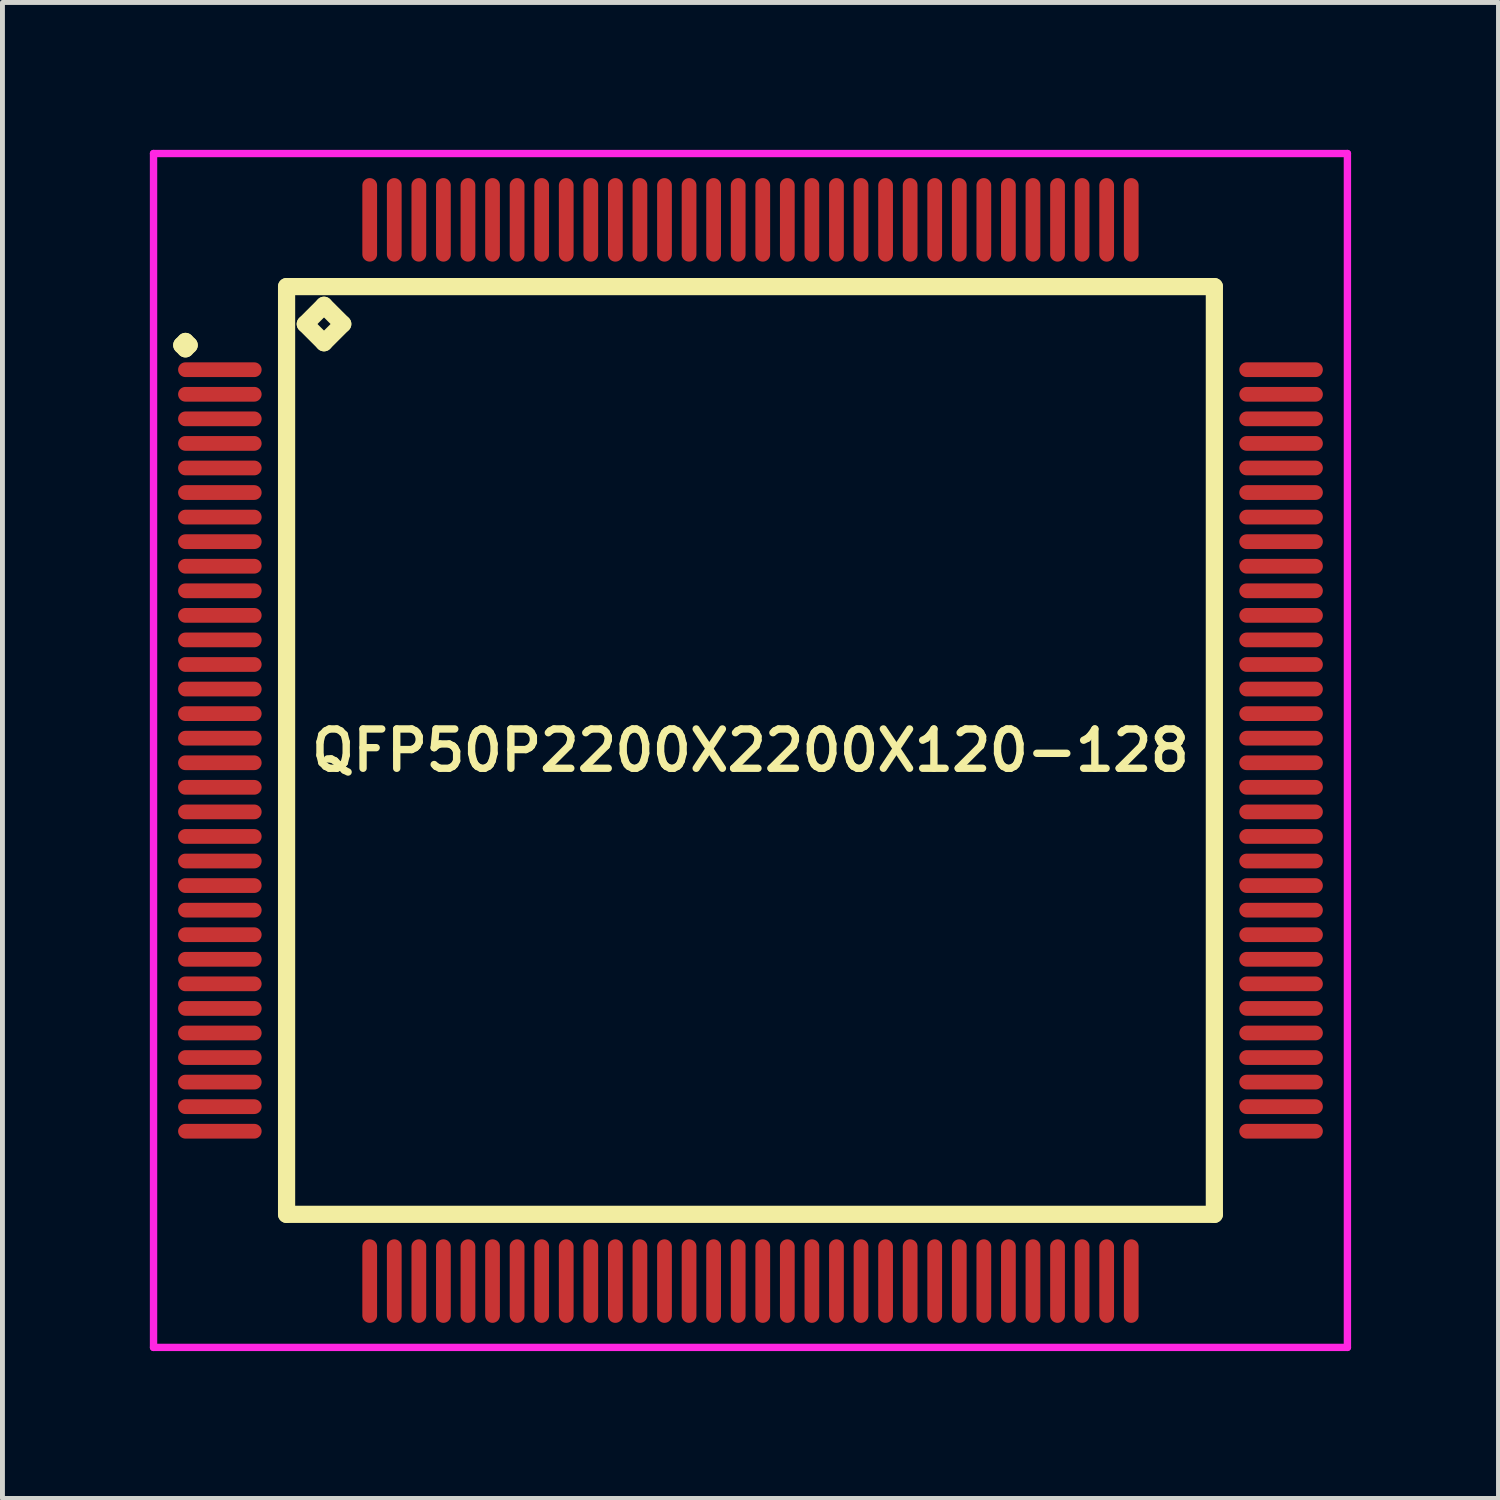
<source format=kicad_pcb>
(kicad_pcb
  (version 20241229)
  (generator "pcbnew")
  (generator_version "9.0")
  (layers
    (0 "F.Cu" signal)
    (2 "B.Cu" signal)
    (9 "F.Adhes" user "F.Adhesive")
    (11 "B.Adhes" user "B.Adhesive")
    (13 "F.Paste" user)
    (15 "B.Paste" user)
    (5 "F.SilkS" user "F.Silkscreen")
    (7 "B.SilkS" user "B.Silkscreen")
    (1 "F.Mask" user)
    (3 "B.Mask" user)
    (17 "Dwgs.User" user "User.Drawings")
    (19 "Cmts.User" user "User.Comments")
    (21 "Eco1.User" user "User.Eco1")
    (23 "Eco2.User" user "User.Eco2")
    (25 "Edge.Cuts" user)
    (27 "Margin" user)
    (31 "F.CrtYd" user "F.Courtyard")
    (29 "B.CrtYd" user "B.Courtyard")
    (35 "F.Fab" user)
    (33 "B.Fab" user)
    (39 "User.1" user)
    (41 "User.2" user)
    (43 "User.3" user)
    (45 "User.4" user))
  (footprint "QFP50P2200X2200X120-128"
    (layer "F.Cu")
    (at 12.225 12.225)
    (property "Reference" "QFP50P2200X2200X120-128" (at 0 0 0) (layer "F.SilkS") (effects (font (size 0.8 0.8) (thickness 0.15))))
    (attr smd)
    (fp_line (start -11.575 -8.25) (end -11.5 -8.325) (stroke (width 0.35) (type solid)) (layer "F.SilkS"))
    (fp_line (start -11.5 -8.325) (end -11.425 -8.25) (stroke (width 0.35) (type solid)) (layer "F.SilkS"))
    (fp_line (start -11.5 -8.175) (end -11.575 -8.25) (stroke (width 0.35) (type solid)) (layer "F.SilkS"))
    (fp_line (start -11.425 -8.25) (end -11.5 -8.175) (stroke (width 0.35) (type solid)) (layer "F.SilkS"))
    (fp_line (start -9.442 -9.442) (end -9.442 9.442) (stroke (width 0.35) (type solid)) (layer "F.SilkS"))
    (fp_line (start -9.442 9.442) (end 9.442 9.442) (stroke (width 0.35) (type solid)) (layer "F.SilkS"))
    (fp_line (start -9.061 -8.68) (end -8.68 -9.061) (stroke (width 0.35) (type solid)) (layer "F.SilkS"))
    (fp_line (start -8.68 -9.061) (end -8.299 -8.68) (stroke (width 0.35) (type solid)) (layer "F.SilkS"))
    (fp_line (start -8.68 -8.299) (end -9.061 -8.68) (stroke (width 0.35) (type solid)) (layer "F.SilkS"))
    (fp_line (start -8.299 -8.68) (end -8.68 -8.299) (stroke (width 0.35) (type solid)) (layer "F.SilkS"))
    (fp_line (start 9.442 -9.442) (end -9.442 -9.442) (stroke (width 0.35) (type solid)) (layer "F.SilkS"))
    (fp_line (start 9.442 9.442) (end 9.442 -9.442) (stroke (width 0.35) (type solid)) (layer "F.SilkS"))
    (fp_line (start -12.15 -12.15) (end 12.15 -12.15) (stroke (width 0.15) (type solid)) (layer "F.CrtYd"))
    (fp_line (start -12.15 12.15) (end -12.15 -12.15) (stroke (width 0.15) (type solid)) (layer "F.CrtYd"))
    (fp_line (start 12.15 -12.15) (end 12.15 12.15) (stroke (width 0.15) (type solid)) (layer "F.CrtYd"))
    (fp_line (start 12.15 12.15) (end -12.15 12.15) (stroke (width 0.15) (type solid)) (layer "F.CrtYd"))
    (pad "1" smd oval (at -10.8 -7.75) (size 1.7 0.3) (layers "F.Cu" "F.Mask" "F.Paste"))
    (pad "2" smd oval (at -10.8 -7.25) (size 1.7 0.3) (layers "F.Cu" "F.Mask" "F.Paste"))
    (pad "3" smd oval (at -10.8 -6.75) (size 1.7 0.3) (layers "F.Cu" "F.Mask" "F.Paste"))
    (pad "4" smd oval (at -10.8 -6.25) (size 1.7 0.3) (layers "F.Cu" "F.Mask" "F.Paste"))
    (pad "5" smd oval (at -10.8 -5.75) (size 1.7 0.3) (layers "F.Cu" "F.Mask" "F.Paste"))
    (pad "6" smd oval (at -10.8 -5.25) (size 1.7 0.3) (layers "F.Cu" "F.Mask" "F.Paste"))
    (pad "7" smd oval (at -10.8 -4.75) (size 1.7 0.3) (layers "F.Cu" "F.Mask" "F.Paste"))
    (pad "8" smd oval (at -10.8 -4.25) (size 1.7 0.3) (layers "F.Cu" "F.Mask" "F.Paste"))
    (pad "9" smd oval (at -10.8 -3.75) (size 1.7 0.3) (layers "F.Cu" "F.Mask" "F.Paste"))
    (pad "10" smd oval (at -10.8 -3.25) (size 1.7 0.3) (layers "F.Cu" "F.Mask" "F.Paste"))
    (pad "11" smd oval (at -10.8 -2.75) (size 1.7 0.3) (layers "F.Cu" "F.Mask" "F.Paste"))
    (pad "12" smd oval (at -10.8 -2.25) (size 1.7 0.3) (layers "F.Cu" "F.Mask" "F.Paste"))
    (pad "13" smd oval (at -10.8 -1.75) (size 1.7 0.3) (layers "F.Cu" "F.Mask" "F.Paste"))
    (pad "14" smd oval (at -10.8 -1.25) (size 1.7 0.3) (layers "F.Cu" "F.Mask" "F.Paste"))
    (pad "15" smd oval (at -10.8 -0.75) (size 1.7 0.3) (layers "F.Cu" "F.Mask" "F.Paste"))
    (pad "16" smd oval (at -10.8 -0.25) (size 1.7 0.3) (layers "F.Cu" "F.Mask" "F.Paste"))
    (pad "17" smd oval (at -10.8 0.25) (size 1.7 0.3) (layers "F.Cu" "F.Mask" "F.Paste"))
    (pad "18" smd oval (at -10.8 0.75) (size 1.7 0.3) (layers "F.Cu" "F.Mask" "F.Paste"))
    (pad "19" smd oval (at -10.8 1.25) (size 1.7 0.3) (layers "F.Cu" "F.Mask" "F.Paste"))
    (pad "20" smd oval (at -10.8 1.75) (size 1.7 0.3) (layers "F.Cu" "F.Mask" "F.Paste"))
    (pad "21" smd oval (at -10.8 2.25) (size 1.7 0.3) (layers "F.Cu" "F.Mask" "F.Paste"))
    (pad "22" smd oval (at -10.8 2.75) (size 1.7 0.3) (layers "F.Cu" "F.Mask" "F.Paste"))
    (pad "23" smd oval (at -10.8 3.25) (size 1.7 0.3) (layers "F.Cu" "F.Mask" "F.Paste"))
    (pad "24" smd oval (at -10.8 3.75) (size 1.7 0.3) (layers "F.Cu" "F.Mask" "F.Paste"))
    (pad "25" smd oval (at -10.8 4.25) (size 1.7 0.3) (layers "F.Cu" "F.Mask" "F.Paste"))
    (pad "26" smd oval (at -10.8 4.75) (size 1.7 0.3) (layers "F.Cu" "F.Mask" "F.Paste"))
    (pad "27" smd oval (at -10.8 5.25) (size 1.7 0.3) (layers "F.Cu" "F.Mask" "F.Paste"))
    (pad "28" smd oval (at -10.8 5.75) (size 1.7 0.3) (layers "F.Cu" "F.Mask" "F.Paste"))
    (pad "29" smd oval (at -10.8 6.25) (size 1.7 0.3) (layers "F.Cu" "F.Mask" "F.Paste"))
    (pad "30" smd oval (at -10.8 6.75) (size 1.7 0.3) (layers "F.Cu" "F.Mask" "F.Paste"))
    (pad "31" smd oval (at -10.8 7.25) (size 1.7 0.3) (layers "F.Cu" "F.Mask" "F.Paste"))
    (pad "32" smd oval (at -10.8 7.75) (size 1.7 0.3) (layers "F.Cu" "F.Mask" "F.Paste"))
    (pad "33" smd oval (at -7.75 10.8) (size 0.3 1.7) (layers "F.Cu" "F.Mask" "F.Paste"))
    (pad "34" smd oval (at -7.25 10.8) (size 0.3 1.7) (layers "F.Cu" "F.Mask" "F.Paste"))
    (pad "35" smd oval (at -6.75 10.8) (size 0.3 1.7) (layers "F.Cu" "F.Mask" "F.Paste"))
    (pad "36" smd oval (at -6.25 10.8) (size 0.3 1.7) (layers "F.Cu" "F.Mask" "F.Paste"))
    (pad "37" smd oval (at -5.75 10.8) (size 0.3 1.7) (layers "F.Cu" "F.Mask" "F.Paste"))
    (pad "38" smd oval (at -5.25 10.8) (size 0.3 1.7) (layers "F.Cu" "F.Mask" "F.Paste"))
    (pad "39" smd oval (at -4.75 10.8) (size 0.3 1.7) (layers "F.Cu" "F.Mask" "F.Paste"))
    (pad "40" smd oval (at -4.25 10.8) (size 0.3 1.7) (layers "F.Cu" "F.Mask" "F.Paste"))
    (pad "41" smd oval (at -3.75 10.8) (size 0.3 1.7) (layers "F.Cu" "F.Mask" "F.Paste"))
    (pad "42" smd oval (at -3.25 10.8) (size 0.3 1.7) (layers "F.Cu" "F.Mask" "F.Paste"))
    (pad "43" smd oval (at -2.75 10.8) (size 0.3 1.7) (layers "F.Cu" "F.Mask" "F.Paste"))
    (pad "44" smd oval (at -2.25 10.8) (size 0.3 1.7) (layers "F.Cu" "F.Mask" "F.Paste"))
    (pad "45" smd oval (at -1.75 10.8) (size 0.3 1.7) (layers "F.Cu" "F.Mask" "F.Paste"))
    (pad "46" smd oval (at -1.25 10.8) (size 0.3 1.7) (layers "F.Cu" "F.Mask" "F.Paste"))
    (pad "47" smd oval (at -0.75 10.8) (size 0.3 1.7) (layers "F.Cu" "F.Mask" "F.Paste"))
    (pad "48" smd oval (at -0.25 10.8) (size 0.3 1.7) (layers "F.Cu" "F.Mask" "F.Paste"))
    (pad "49" smd oval (at 0.25 10.8) (size 0.3 1.7) (layers "F.Cu" "F.Mask" "F.Paste"))
    (pad "50" smd oval (at 0.75 10.8) (size 0.3 1.7) (layers "F.Cu" "F.Mask" "F.Paste"))
    (pad "51" smd oval (at 1.25 10.8) (size 0.3 1.7) (layers "F.Cu" "F.Mask" "F.Paste"))
    (pad "52" smd oval (at 1.75 10.8) (size 0.3 1.7) (layers "F.Cu" "F.Mask" "F.Paste"))
    (pad "53" smd oval (at 2.25 10.8) (size 0.3 1.7) (layers "F.Cu" "F.Mask" "F.Paste"))
    (pad "54" smd oval (at 2.75 10.8) (size 0.3 1.7) (layers "F.Cu" "F.Mask" "F.Paste"))
    (pad "55" smd oval (at 3.25 10.8) (size 0.3 1.7) (layers "F.Cu" "F.Mask" "F.Paste"))
    (pad "56" smd oval (at 3.75 10.8) (size 0.3 1.7) (layers "F.Cu" "F.Mask" "F.Paste"))
    (pad "57" smd oval (at 4.25 10.8) (size 0.3 1.7) (layers "F.Cu" "F.Mask" "F.Paste"))
    (pad "58" smd oval (at 4.75 10.8) (size 0.3 1.7) (layers "F.Cu" "F.Mask" "F.Paste"))
    (pad "59" smd oval (at 5.25 10.8) (size 0.3 1.7) (layers "F.Cu" "F.Mask" "F.Paste"))
    (pad "60" smd oval (at 5.75 10.8) (size 0.3 1.7) (layers "F.Cu" "F.Mask" "F.Paste"))
    (pad "61" smd oval (at 6.25 10.8) (size 0.3 1.7) (layers "F.Cu" "F.Mask" "F.Paste"))
    (pad "62" smd oval (at 6.75 10.8) (size 0.3 1.7) (layers "F.Cu" "F.Mask" "F.Paste"))
    (pad "63" smd oval (at 7.25 10.8) (size 0.3 1.7) (layers "F.Cu" "F.Mask" "F.Paste"))
    (pad "64" smd oval (at 7.75 10.8) (size 0.3 1.7) (layers "F.Cu" "F.Mask" "F.Paste"))
    (pad "65" smd oval (at 10.8 7.75) (size 1.7 0.3) (layers "F.Cu" "F.Mask" "F.Paste"))
    (pad "66" smd oval (at 10.8 7.25) (size 1.7 0.3) (layers "F.Cu" "F.Mask" "F.Paste"))
    (pad "67" smd oval (at 10.8 6.75) (size 1.7 0.3) (layers "F.Cu" "F.Mask" "F.Paste"))
    (pad "68" smd oval (at 10.8 6.25) (size 1.7 0.3) (layers "F.Cu" "F.Mask" "F.Paste"))
    (pad "69" smd oval (at 10.8 5.75) (size 1.7 0.3) (layers "F.Cu" "F.Mask" "F.Paste"))
    (pad "70" smd oval (at 10.8 5.25) (size 1.7 0.3) (layers "F.Cu" "F.Mask" "F.Paste"))
    (pad "71" smd oval (at 10.8 4.75) (size 1.7 0.3) (layers "F.Cu" "F.Mask" "F.Paste"))
    (pad "72" smd oval (at 10.8 4.25) (size 1.7 0.3) (layers "F.Cu" "F.Mask" "F.Paste"))
    (pad "73" smd oval (at 10.8 3.75) (size 1.7 0.3) (layers "F.Cu" "F.Mask" "F.Paste"))
    (pad "74" smd oval (at 10.8 3.25) (size 1.7 0.3) (layers "F.Cu" "F.Mask" "F.Paste"))
    (pad "75" smd oval (at 10.8 2.75) (size 1.7 0.3) (layers "F.Cu" "F.Mask" "F.Paste"))
    (pad "76" smd oval (at 10.8 2.25) (size 1.7 0.3) (layers "F.Cu" "F.Mask" "F.Paste"))
    (pad "77" smd oval (at 10.8 1.75) (size 1.7 0.3) (layers "F.Cu" "F.Mask" "F.Paste"))
    (pad "78" smd oval (at 10.8 1.25) (size 1.7 0.3) (layers "F.Cu" "F.Mask" "F.Paste"))
    (pad "79" smd oval (at 10.8 0.75) (size 1.7 0.3) (layers "F.Cu" "F.Mask" "F.Paste"))
    (pad "80" smd oval (at 10.8 0.25) (size 1.7 0.3) (layers "F.Cu" "F.Mask" "F.Paste"))
    (pad "81" smd oval (at 10.8 -0.25) (size 1.7 0.3) (layers "F.Cu" "F.Mask" "F.Paste"))
    (pad "82" smd oval (at 10.8 -0.75) (size 1.7 0.3) (layers "F.Cu" "F.Mask" "F.Paste"))
    (pad "83" smd oval (at 10.8 -1.25) (size 1.7 0.3) (layers "F.Cu" "F.Mask" "F.Paste"))
    (pad "84" smd oval (at 10.8 -1.75) (size 1.7 0.3) (layers "F.Cu" "F.Mask" "F.Paste"))
    (pad "85" smd oval (at 10.8 -2.25) (size 1.7 0.3) (layers "F.Cu" "F.Mask" "F.Paste"))
    (pad "86" smd oval (at 10.8 -2.75) (size 1.7 0.3) (layers "F.Cu" "F.Mask" "F.Paste"))
    (pad "87" smd oval (at 10.8 -3.25) (size 1.7 0.3) (layers "F.Cu" "F.Mask" "F.Paste"))
    (pad "88" smd oval (at 10.8 -3.75) (size 1.7 0.3) (layers "F.Cu" "F.Mask" "F.Paste"))
    (pad "89" smd oval (at 10.8 -4.25) (size 1.7 0.3) (layers "F.Cu" "F.Mask" "F.Paste"))
    (pad "90" smd oval (at 10.8 -4.75) (size 1.7 0.3) (layers "F.Cu" "F.Mask" "F.Paste"))
    (pad "91" smd oval (at 10.8 -5.25) (size 1.7 0.3) (layers "F.Cu" "F.Mask" "F.Paste"))
    (pad "92" smd oval (at 10.8 -5.75) (size 1.7 0.3) (layers "F.Cu" "F.Mask" "F.Paste"))
    (pad "93" smd oval (at 10.8 -6.25) (size 1.7 0.3) (layers "F.Cu" "F.Mask" "F.Paste"))
    (pad "94" smd oval (at 10.8 -6.75) (size 1.7 0.3) (layers "F.Cu" "F.Mask" "F.Paste"))
    (pad "95" smd oval (at 10.8 -7.25) (size 1.7 0.3) (layers "F.Cu" "F.Mask" "F.Paste"))
    (pad "96" smd oval (at 10.8 -7.75) (size 1.7 0.3) (layers "F.Cu" "F.Mask" "F.Paste"))
    (pad "97" smd oval (at 7.75 -10.8) (size 0.3 1.7) (layers "F.Cu" "F.Mask" "F.Paste"))
    (pad "98" smd oval (at 7.25 -10.8) (size 0.3 1.7) (layers "F.Cu" "F.Mask" "F.Paste"))
    (pad "99" smd oval (at 6.75 -10.8) (size 0.3 1.7) (layers "F.Cu" "F.Mask" "F.Paste"))
    (pad "100" smd oval (at 6.25 -10.8) (size 0.3 1.7) (layers "F.Cu" "F.Mask" "F.Paste"))
    (pad "101" smd oval (at 5.75 -10.8) (size 0.3 1.7) (layers "F.Cu" "F.Mask" "F.Paste"))
    (pad "102" smd oval (at 5.25 -10.8) (size 0.3 1.7) (layers "F.Cu" "F.Mask" "F.Paste"))
    (pad "103" smd oval (at 4.75 -10.8) (size 0.3 1.7) (layers "F.Cu" "F.Mask" "F.Paste"))
    (pad "104" smd oval (at 4.25 -10.8) (size 0.3 1.7) (layers "F.Cu" "F.Mask" "F.Paste"))
    (pad "105" smd oval (at 3.75 -10.8) (size 0.3 1.7) (layers "F.Cu" "F.Mask" "F.Paste"))
    (pad "106" smd oval (at 3.25 -10.8) (size 0.3 1.7) (layers "F.Cu" "F.Mask" "F.Paste"))
    (pad "107" smd oval (at 2.75 -10.8) (size 0.3 1.7) (layers "F.Cu" "F.Mask" "F.Paste"))
    (pad "108" smd oval (at 2.25 -10.8) (size 0.3 1.7) (layers "F.Cu" "F.Mask" "F.Paste"))
    (pad "109" smd oval (at 1.75 -10.8) (size 0.3 1.7) (layers "F.Cu" "F.Mask" "F.Paste"))
    (pad "110" smd oval (at 1.25 -10.8) (size 0.3 1.7) (layers "F.Cu" "F.Mask" "F.Paste"))
    (pad "111" smd oval (at 0.75 -10.8) (size 0.3 1.7) (layers "F.Cu" "F.Mask" "F.Paste"))
    (pad "112" smd oval (at 0.25 -10.8) (size 0.3 1.7) (layers "F.Cu" "F.Mask" "F.Paste"))
    (pad "113" smd oval (at -0.25 -10.8) (size 0.3 1.7) (layers "F.Cu" "F.Mask" "F.Paste"))
    (pad "114" smd oval (at -0.75 -10.8) (size 0.3 1.7) (layers "F.Cu" "F.Mask" "F.Paste"))
    (pad "115" smd oval (at -1.25 -10.8) (size 0.3 1.7) (layers "F.Cu" "F.Mask" "F.Paste"))
    (pad "116" smd oval (at -1.75 -10.8) (size 0.3 1.7) (layers "F.Cu" "F.Mask" "F.Paste"))
    (pad "117" smd oval (at -2.25 -10.8) (size 0.3 1.7) (layers "F.Cu" "F.Mask" "F.Paste"))
    (pad "118" smd oval (at -2.75 -10.8) (size 0.3 1.7) (layers "F.Cu" "F.Mask" "F.Paste"))
    (pad "119" smd oval (at -3.25 -10.8) (size 0.3 1.7) (layers "F.Cu" "F.Mask" "F.Paste"))
    (pad "120" smd oval (at -3.75 -10.8) (size 0.3 1.7) (layers "F.Cu" "F.Mask" "F.Paste"))
    (pad "121" smd oval (at -4.25 -10.8) (size 0.3 1.7) (layers "F.Cu" "F.Mask" "F.Paste"))
    (pad "122" smd oval (at -4.75 -10.8) (size 0.3 1.7) (layers "F.Cu" "F.Mask" "F.Paste"))
    (pad "123" smd oval (at -5.25 -10.8) (size 0.3 1.7) (layers "F.Cu" "F.Mask" "F.Paste"))
    (pad "124" smd oval (at -5.75 -10.8) (size 0.3 1.7) (layers "F.Cu" "F.Mask" "F.Paste"))
    (pad "125" smd oval (at -6.25 -10.8) (size 0.3 1.7) (layers "F.Cu" "F.Mask" "F.Paste"))
    (pad "126" smd oval (at -6.75 -10.8) (size 0.3 1.7) (layers "F.Cu" "F.Mask" "F.Paste"))
    (pad "127" smd oval (at -7.25 -10.8) (size 0.3 1.7) (layers "F.Cu" "F.Mask" "F.Paste"))
    (pad "128" smd oval (at -7.75 -10.8) (size 0.3 1.7) (layers "F.Cu" "F.Mask" "F.Paste")))
  (gr_rect
    (start -3 -3)
    (end 27.45 27.45)
    (stroke (width 0.1) (type default))
    (fill no)
    (layer "Edge.Cuts")))
</source>
